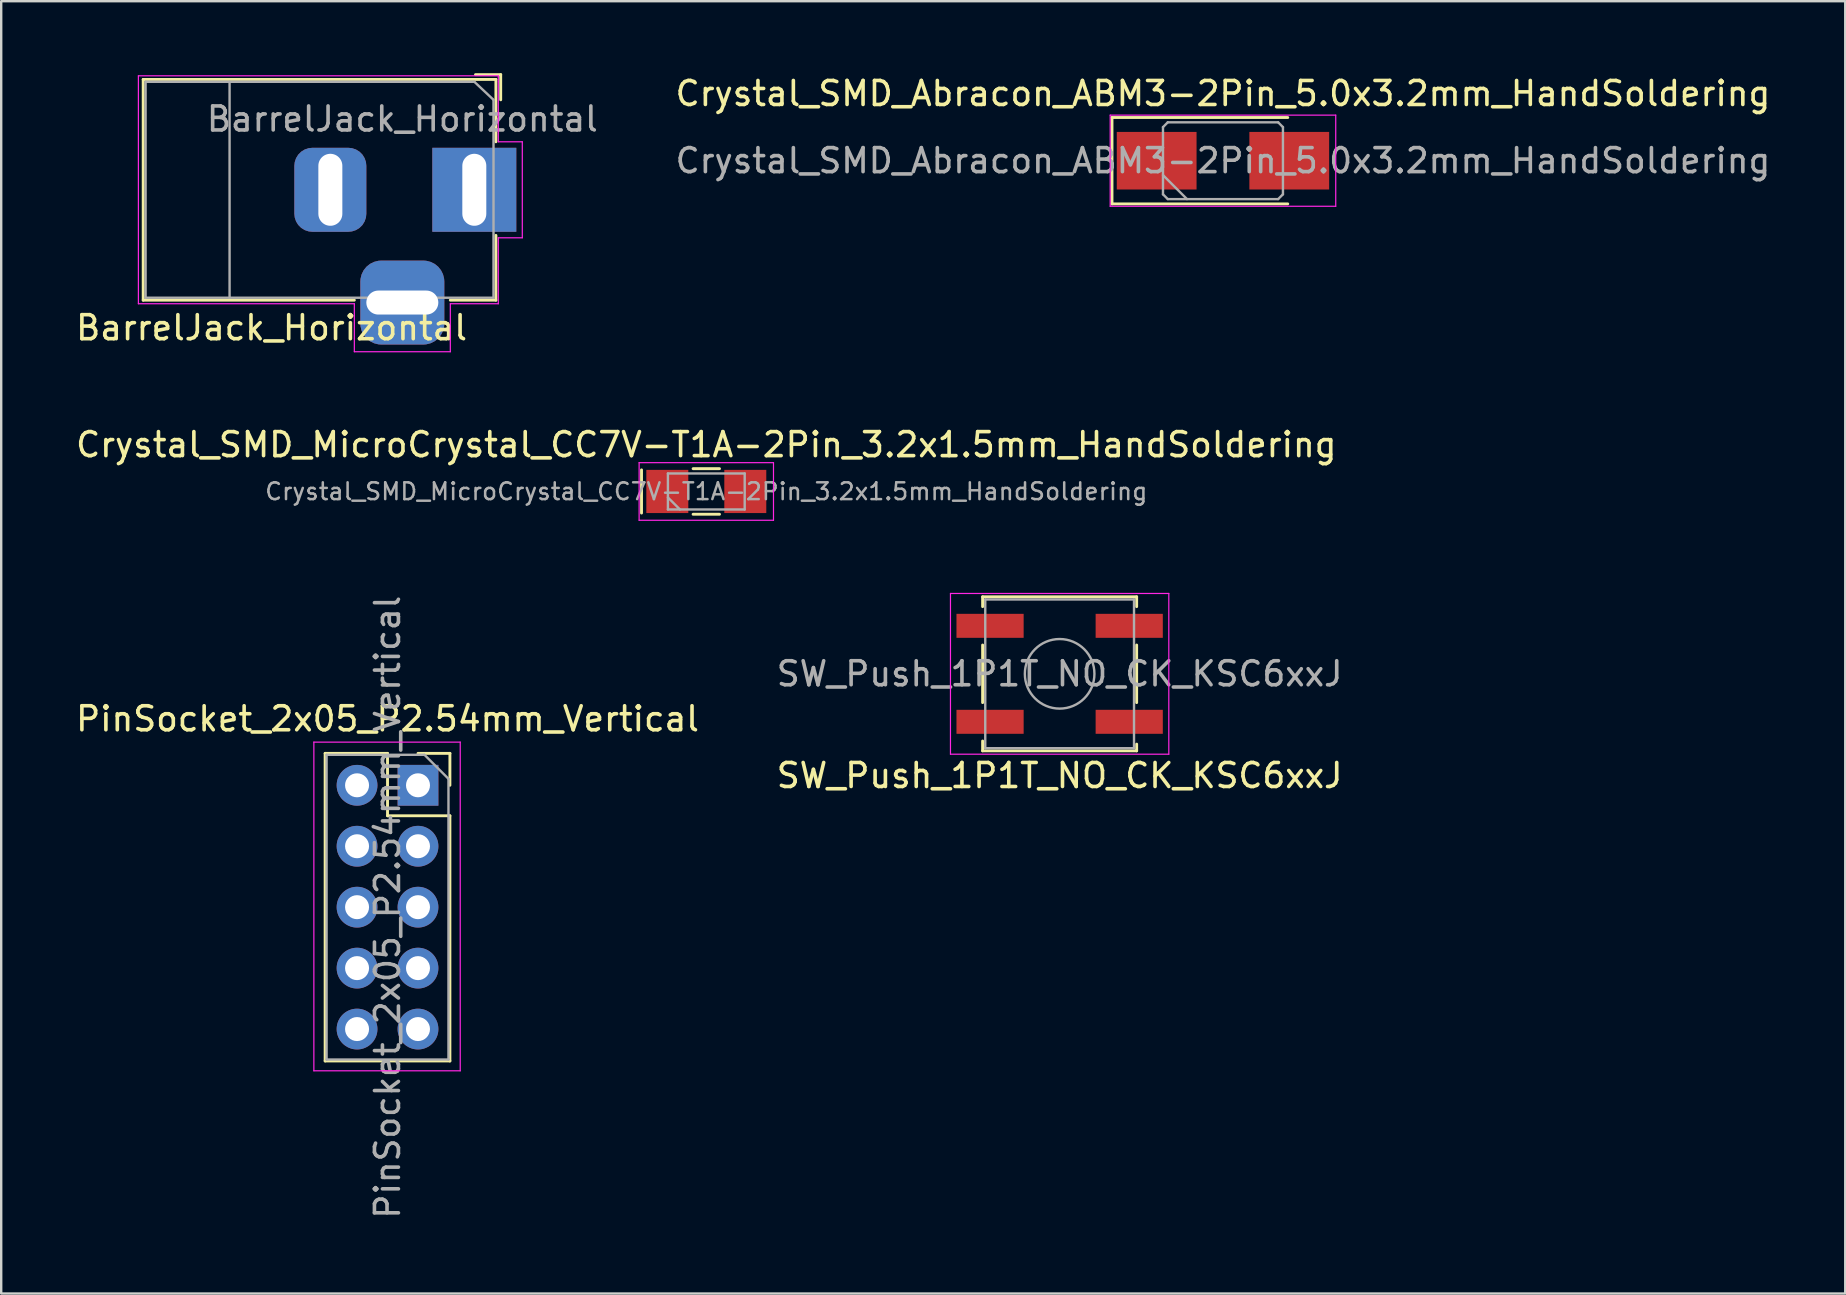
<source format=kicad_pcb>
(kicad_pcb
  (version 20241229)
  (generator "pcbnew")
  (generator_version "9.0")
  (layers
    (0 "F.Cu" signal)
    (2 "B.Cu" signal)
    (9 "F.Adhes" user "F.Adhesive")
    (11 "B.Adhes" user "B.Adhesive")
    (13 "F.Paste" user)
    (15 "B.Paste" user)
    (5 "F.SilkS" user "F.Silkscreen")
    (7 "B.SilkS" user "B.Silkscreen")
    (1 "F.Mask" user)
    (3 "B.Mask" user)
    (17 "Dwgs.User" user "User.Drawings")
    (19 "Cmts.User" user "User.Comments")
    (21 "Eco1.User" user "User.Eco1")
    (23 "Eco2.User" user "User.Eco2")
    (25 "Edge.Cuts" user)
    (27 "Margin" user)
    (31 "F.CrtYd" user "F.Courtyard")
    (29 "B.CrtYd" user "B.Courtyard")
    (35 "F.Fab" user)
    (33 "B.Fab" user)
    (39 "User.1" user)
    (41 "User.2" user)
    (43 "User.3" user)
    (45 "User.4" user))
  (footprint "SW_Push_1P1T_NO_CK_KSC6xxJ"
    (layer "F.Cu")
    (at 41.113 25.033)
    (property "Reference" "SW_Push_1P1T_NO_CK_KSC6xxJ" (at 0 4.24 0) (layer "F.SilkS") (effects (font (size 1 1) (thickness 0.15))))
    (attr smd)
    (fp_line (start -3.21 -3.21) (end -3.21 -2.8) (stroke (width 0.12) (type solid)) (layer "F.SilkS"))
    (fp_line (start -3.21 -1.2) (end -3.21 1.2) (stroke (width 0.12) (type solid)) (layer "F.SilkS"))
    (fp_line (start -3.21 2.8) (end -3.21 3.21) (stroke (width 0.12) (type solid)) (layer "F.SilkS"))
    (fp_line (start -3.21 3.21) (end 3.21 3.21) (stroke (width 0.12) (type solid)) (layer "F.SilkS"))
    (fp_line (start 3.21 -3.21) (end -3.21 -3.21) (stroke (width 0.12) (type solid)) (layer "F.SilkS"))
    (fp_line (start 3.21 -2.8) (end 3.21 -3.21) (stroke (width 0.12) (type solid)) (layer "F.SilkS"))
    (fp_line (start 3.21 1.2) (end 3.21 -1.2) (stroke (width 0.12) (type solid)) (layer "F.SilkS"))
    (fp_line (start 3.21 3.21) (end 3.21 2.93) (stroke (width 0.12) (type solid)) (layer "F.SilkS"))
    (fp_line (start -4.55 -3.35) (end 4.55 -3.35) (stroke (width 0.05) (type solid)) (layer "F.CrtYd"))
    (fp_line (start -4.55 3.35) (end -4.55 -3.35) (stroke (width 0.05) (type solid)) (layer "F.CrtYd"))
    (fp_line (start 4.55 -3.35) (end 4.55 3.35) (stroke (width 0.05) (type solid)) (layer "F.CrtYd"))
    (fp_line (start 4.55 3.35) (end -4.55 3.35) (stroke (width 0.05) (type solid)) (layer "F.CrtYd"))
    (fp_line (start -3.1 -3.1) (end 3.1 -3.1) (stroke (width 0.1) (type solid)) (layer "F.Fab"))
    (fp_line (start -3.1 3.1) (end -3.1 -3.1) (stroke (width 0.1) (type solid)) (layer "F.Fab"))
    (fp_line (start 3.1 -3.1) (end 3.1 3.1) (stroke (width 0.1) (type solid)) (layer "F.Fab"))
    (fp_line (start 3.1 3.1) (end -3.1 3.1) (stroke (width 0.1) (type solid)) (layer "F.Fab"))
    (fp_circle (center 0 0) (end 1.45 0) (stroke (width 0.1) (type solid)) (fill no) (layer "F.Fab"))
    (fp_text user "${REFERENCE}" (at 0 0 0) (layer "F.Fab") (effects (font (size 1 1) (thickness 0.15))))
    (pad "1" smd rect (at -2.9 -2) (size 2.8 1) (layers "F.Cu" "F.Mask" "F.Paste"))
    (pad "2" smd rect (at -2.9 2) (size 2.8 1) (layers "F.Cu" "F.Mask" "F.Paste"))
    (pad "3" smd rect (at 2.9 -2) (size 2.8 1) (layers "F.Cu" "F.Mask" "F.Paste"))
    (pad "4" smd rect (at 2.9 2) (size 2.8 1) (layers "F.Cu" "F.Mask" "F.Paste")))
  (footprint "Crystal_SMD_MicroCrystal_CC7V-T1A-2Pin_3.2x1.5mm_HandSoldering"
    (layer "F.Cu")
    (at 26.387 17.433)
    (property "Reference" "Crystal_SMD_MicroCrystal_CC7V-T1A-2Pin_3.2x1.5mm_HandSoldering" (at 0 -1.95 0) (layer "F.SilkS") (effects (font (size 1 1) (thickness 0.15))))
    (attr smd)
    (fp_line (start -2.7 -0.9) (end -2.7 0.9) (stroke (width 0.12) (type solid)) (layer "F.SilkS"))
    (fp_line (start -0.55 -0.95) (end 0.55 -0.95) (stroke (width 0.12) (type solid)) (layer "F.SilkS"))
    (fp_line (start -0.55 0.95) (end 0.55 0.95) (stroke (width 0.12) (type solid)) (layer "F.SilkS"))
    (fp_line (start -2.8 -1.2) (end -2.8 1.2) (stroke (width 0.05) (type solid)) (layer "F.CrtYd"))
    (fp_line (start -2.8 1.2) (end 2.8 1.2) (stroke (width 0.05) (type solid)) (layer "F.CrtYd"))
    (fp_line (start 2.8 -1.2) (end -2.8 -1.2) (stroke (width 0.05) (type solid)) (layer "F.CrtYd"))
    (fp_line (start 2.8 1.2) (end 2.8 -1.2) (stroke (width 0.05) (type solid)) (layer "F.CrtYd"))
    (fp_line (start -1.6 -0.75) (end -1.6 0.75) (stroke (width 0.1) (type solid)) (layer "F.Fab"))
    (fp_line (start -1.6 0.25) (end -1.1 0.75) (stroke (width 0.1) (type solid)) (layer "F.Fab"))
    (fp_line (start -1.6 0.75) (end 1.6 0.75) (stroke (width 0.1) (type solid)) (layer "F.Fab"))
    (fp_line (start 1.6 -0.75) (end -1.6 -0.75) (stroke (width 0.1) (type solid)) (layer "F.Fab"))
    (fp_line (start 1.6 0.75) (end 1.6 -0.75) (stroke (width 0.1) (type solid)) (layer "F.Fab"))
    (fp_text user "${REFERENCE}" (at 0 0 0) (layer "F.Fab") (effects (font (size 0.7 0.7) (thickness 0.105))))
    (pad "1" smd rect (at -1.625 0) (size 1.75 1.8) (layers "F.Cu" "F.Mask" "F.Paste"))
    (pad "2" smd rect (at 1.625 0) (size 1.75 1.8) (layers "F.Cu" "F.Mask" "F.Paste")))
  (footprint "Crystal_SMD_Abracon_ABM3-2Pin_5.0x3.2mm_HandSoldering"
    (layer "F.Cu")
    (at 47.92 3.648)
    (property "Reference" "Crystal_SMD_Abracon_ABM3-2Pin_5.0x3.2mm_HandSoldering" (at 0 -2.8 0) (layer "F.SilkS") (effects (font (size 1 1) (thickness 0.15))))
    (attr smd)
    (fp_line (start -4.625 -1.8) (end -4.625 1.8) (stroke (width 0.12) (type solid)) (layer "F.SilkS"))
    (fp_line (start -4.625 1.8) (end 2.7 1.8) (stroke (width 0.12) (type solid)) (layer "F.SilkS"))
    (fp_line (start 2.7 -1.8) (end -4.625 -1.8) (stroke (width 0.12) (type solid)) (layer "F.SilkS"))
    (fp_line (start -4.7 -1.9) (end -4.7 1.9) (stroke (width 0.05) (type solid)) (layer "F.CrtYd"))
    (fp_line (start -4.7 1.9) (end 4.7 1.9) (stroke (width 0.05) (type solid)) (layer "F.CrtYd"))
    (fp_line (start 4.7 -1.9) (end -4.7 -1.9) (stroke (width 0.05) (type solid)) (layer "F.CrtYd"))
    (fp_line (start 4.7 1.9) (end 4.7 -1.9) (stroke (width 0.05) (type solid)) (layer "F.CrtYd"))
    (fp_line (start -2.5 -1.4) (end -2.3 -1.6) (stroke (width 0.1) (type solid)) (layer "F.Fab"))
    (fp_line (start -2.5 0.6) (end -1.5 1.6) (stroke (width 0.1) (type solid)) (layer "F.Fab"))
    (fp_line (start -2.5 1.4) (end -2.5 -1.4) (stroke (width 0.1) (type solid)) (layer "F.Fab"))
    (fp_line (start -2.3 -1.6) (end 2.3 -1.6) (stroke (width 0.1) (type solid)) (layer "F.Fab"))
    (fp_line (start -2.3 1.6) (end -2.5 1.4) (stroke (width 0.1) (type solid)) (layer "F.Fab"))
    (fp_line (start 2.3 -1.6) (end 2.5 -1.4) (stroke (width 0.1) (type solid)) (layer "F.Fab"))
    (fp_line (start 2.3 1.6) (end -2.3 1.6) (stroke (width 0.1) (type solid)) (layer "F.Fab"))
    (fp_line (start 2.5 -1.4) (end 2.5 1.4) (stroke (width 0.1) (type solid)) (layer "F.Fab"))
    (fp_line (start 2.5 1.4) (end 2.3 1.6) (stroke (width 0.1) (type solid)) (layer "F.Fab"))
    (fp_text user "${REFERENCE}" (at 0 0 0) (layer "F.Fab") (effects (font (size 1 1) (thickness 0.15))))
    (pad "1" smd rect (at -2.763 0) (size 3.325 2.4) (layers "F.Cu" "F.Mask" "F.Paste"))
    (pad "2" smd rect (at 2.763 0) (size 3.325 2.4) (layers "F.Cu" "F.Mask" "F.Paste")))
  (footprint "BarrelJack_Horizontal"
    (layer "F.Cu")
    (at 16.718 4.86)
    (property "Reference" "BarrelJack_Horizontal" (at -8.45 5.75 0) (layer "F.SilkS") (effects (font (size 1 1) (thickness 0.15))))
    (attr through_hole)
    (fp_line (start -13.8 -4.6) (end 0.9 -4.6) (stroke (width 0.12) (type solid)) (layer "F.SilkS"))
    (fp_line (start -13.8 4.6) (end -13.8 -4.6) (stroke (width 0.12) (type solid)) (layer "F.SilkS"))
    (fp_line (start -5 4.6) (end -13.8 4.6) (stroke (width 0.12) (type solid)) (layer "F.SilkS"))
    (fp_line (start 0.05 -4.8) (end 1.1 -4.8) (stroke (width 0.12) (type solid)) (layer "F.SilkS"))
    (fp_line (start 0.9 -4.6) (end 0.9 -2) (stroke (width 0.12) (type solid)) (layer "F.SilkS"))
    (fp_line (start 0.9 1.9) (end 0.9 4.6) (stroke (width 0.12) (type solid)) (layer "F.SilkS"))
    (fp_line (start 0.9 4.6) (end -1 4.6) (stroke (width 0.12) (type solid)) (layer "F.SilkS"))
    (fp_line (start 1.1 -3.75) (end 1.1 -4.8) (stroke (width 0.12) (type solid)) (layer "F.SilkS"))
    (fp_line (start -14 4.75) (end -14 -4.75) (stroke (width 0.05) (type solid)) (layer "F.CrtYd"))
    (fp_line (start -5 4.75) (end -14 4.75) (stroke (width 0.05) (type solid)) (layer "F.CrtYd"))
    (fp_line (start -5 6.75) (end -5 4.75) (stroke (width 0.05) (type solid)) (layer "F.CrtYd"))
    (fp_line (start -1 4.75) (end -1 6.75) (stroke (width 0.05) (type solid)) (layer "F.CrtYd"))
    (fp_line (start -1 6.75) (end -5 6.75) (stroke (width 0.05) (type solid)) (layer "F.CrtYd"))
    (fp_line (start 1 -4.75) (end -14 -4.75) (stroke (width 0.05) (type solid)) (layer "F.CrtYd"))
    (fp_line (start 1 -4.5) (end 1 -4.75) (stroke (width 0.05) (type solid)) (layer "F.CrtYd"))
    (fp_line (start 1 -4.5) (end 1 -2) (stroke (width 0.05) (type solid)) (layer "F.CrtYd"))
    (fp_line (start 1 -2) (end 2 -2) (stroke (width 0.05) (type solid)) (layer "F.CrtYd"))
    (fp_line (start 1 2) (end 1 4.75) (stroke (width 0.05) (type solid)) (layer "F.CrtYd"))
    (fp_line (start 1 4.75) (end -1 4.75) (stroke (width 0.05) (type solid)) (layer "F.CrtYd"))
    (fp_line (start 2 -2) (end 2 2) (stroke (width 0.05) (type solid)) (layer "F.CrtYd"))
    (fp_line (start 2 2) (end 1 2) (stroke (width 0.05) (type solid)) (layer "F.CrtYd"))
    (fp_line (start -13.7 -4.5) (end -13.7 4.5) (stroke (width 0.1) (type solid)) (layer "F.Fab"))
    (fp_line (start -13.7 4.5) (end 0.8 4.5) (stroke (width 0.1) (type solid)) (layer "F.Fab"))
    (fp_line (start -10.2 -4.5) (end -10.2 4.5) (stroke (width 0.1) (type solid)) (layer "F.Fab"))
    (fp_line (start -0.003 -4.505) (end 0.8 -3.75) (stroke (width 0.1) (type solid)) (layer "F.Fab"))
    (fp_line (start 0 -4.5) (end -13.7 -4.5) (stroke (width 0.1) (type solid)) (layer "F.Fab"))
    (fp_line (start 0.8 4.5) (end 0.8 -3.75) (stroke (width 0.1) (type solid)) (layer "F.Fab"))
    (fp_text user "${REFERENCE}" (at -3 -2.95 0) (layer "F.Fab") (effects (font (size 1 1) (thickness 0.15))))
    (pad "1" thru_hole rect (at 0 0) (size 3.5 3.5) (drill oval 1 3) (layers "*.Cu" "*.Mask"))
    (pad "2" thru_hole roundrect (at -6 0) (size 3 3.5) (drill oval 1 3) (layers "*.Cu" "*.Mask") (roundrect_rratio 0.25))
    (pad "3" thru_hole roundrect (at -3 4.7) (size 3.5 3.5) (drill oval 3 1) (layers "*.Cu" "*.Mask") (roundrect_rratio 0.25)))
  (footprint "PinSocket_2x05_P2.54mm_Vertical"
    (layer "F.Cu")
    (at 14.371 29.679)
    (property "Reference" "PinSocket_2x05_P2.54mm_Vertical" (at -1.27 -2.77 0) (layer "F.SilkS") (effects (font (size 1 1) (thickness 0.15))))
    (attr through_hole)
    (fp_line (start -3.87 -1.33) (end -3.87 11.49) (stroke (width 0.12) (type solid)) (layer "F.SilkS"))
    (fp_line (start -3.87 -1.33) (end -1.27 -1.33) (stroke (width 0.12) (type solid)) (layer "F.SilkS"))
    (fp_line (start -3.87 11.49) (end 1.33 11.49) (stroke (width 0.12) (type solid)) (layer "F.SilkS"))
    (fp_line (start -1.27 -1.33) (end -1.27 1.27) (stroke (width 0.12) (type solid)) (layer "F.SilkS"))
    (fp_line (start -1.27 1.27) (end 1.33 1.27) (stroke (width 0.12) (type solid)) (layer "F.SilkS"))
    (fp_line (start 0 -1.33) (end 1.33 -1.33) (stroke (width 0.12) (type solid)) (layer "F.SilkS"))
    (fp_line (start 1.33 -1.33) (end 1.33 0) (stroke (width 0.12) (type solid)) (layer "F.SilkS"))
    (fp_line (start 1.33 1.27) (end 1.33 11.49) (stroke (width 0.12) (type solid)) (layer "F.SilkS"))
    (fp_line (start -4.34 -1.8) (end 1.76 -1.8) (stroke (width 0.05) (type solid)) (layer "F.CrtYd"))
    (fp_line (start -4.34 11.9) (end -4.34 -1.8) (stroke (width 0.05) (type solid)) (layer "F.CrtYd"))
    (fp_line (start 1.76 -1.8) (end 1.76 11.9) (stroke (width 0.05) (type solid)) (layer "F.CrtYd"))
    (fp_line (start 1.76 11.9) (end -4.34 11.9) (stroke (width 0.05) (type solid)) (layer "F.CrtYd"))
    (fp_line (start -3.81 -1.27) (end 0.27 -1.27) (stroke (width 0.1) (type solid)) (layer "F.Fab"))
    (fp_line (start -3.81 11.43) (end -3.81 -1.27) (stroke (width 0.1) (type solid)) (layer "F.Fab"))
    (fp_line (start 0.27 -1.27) (end 1.27 -0.27) (stroke (width 0.1) (type solid)) (layer "F.Fab"))
    (fp_line (start 1.27 -0.27) (end 1.27 11.43) (stroke (width 0.1) (type solid)) (layer "F.Fab"))
    (fp_line (start 1.27 11.43) (end -3.81 11.43) (stroke (width 0.1) (type solid)) (layer "F.Fab"))
    (fp_text user "${REFERENCE}" (at -1.27 5.08 90) (layer "F.Fab") (effects (font (size 1 1) (thickness 0.15))))
    (pad "1" thru_hole rect (at 0 0) (size 1.7 1.7) (drill 1) (layers "*.Cu" "*.Mask"))
    (pad "2" thru_hole oval (at -2.54 0) (size 1.7 1.7) (drill 1) (layers "*.Cu" "*.Mask"))
    (pad "3" thru_hole oval (at 0 2.54) (size 1.7 1.7) (drill 1) (layers "*.Cu" "*.Mask"))
    (pad "4" thru_hole oval (at -2.54 2.54) (size 1.7 1.7) (drill 1) (layers "*.Cu" "*.Mask"))
    (pad "5" thru_hole oval (at 0 5.08) (size 1.7 1.7) (drill 1) (layers "*.Cu" "*.Mask"))
    (pad "6" thru_hole oval (at -2.54 5.08) (size 1.7 1.7) (drill 1) (layers "*.Cu" "*.Mask"))
    (pad "7" thru_hole oval (at 0 7.62) (size 1.7 1.7) (drill 1) (layers "*.Cu" "*.Mask"))
    (pad "8" thru_hole oval (at -2.54 7.62) (size 1.7 1.7) (drill 1) (layers "*.Cu" "*.Mask"))
    (pad "9" thru_hole oval (at 0 10.16) (size 1.7 1.7) (drill 1) (layers "*.Cu" "*.Mask"))
    (pad "10" thru_hole oval (at -2.54 10.16) (size 1.7 1.7) (drill 1) (layers "*.Cu" "*.Mask")))
  (gr_rect
    (start -3 -3)
    (end 73.855 50.861)
    (stroke (width 0.1) (type default))
    (fill no)
    (layer "Edge.Cuts")))
</source>
